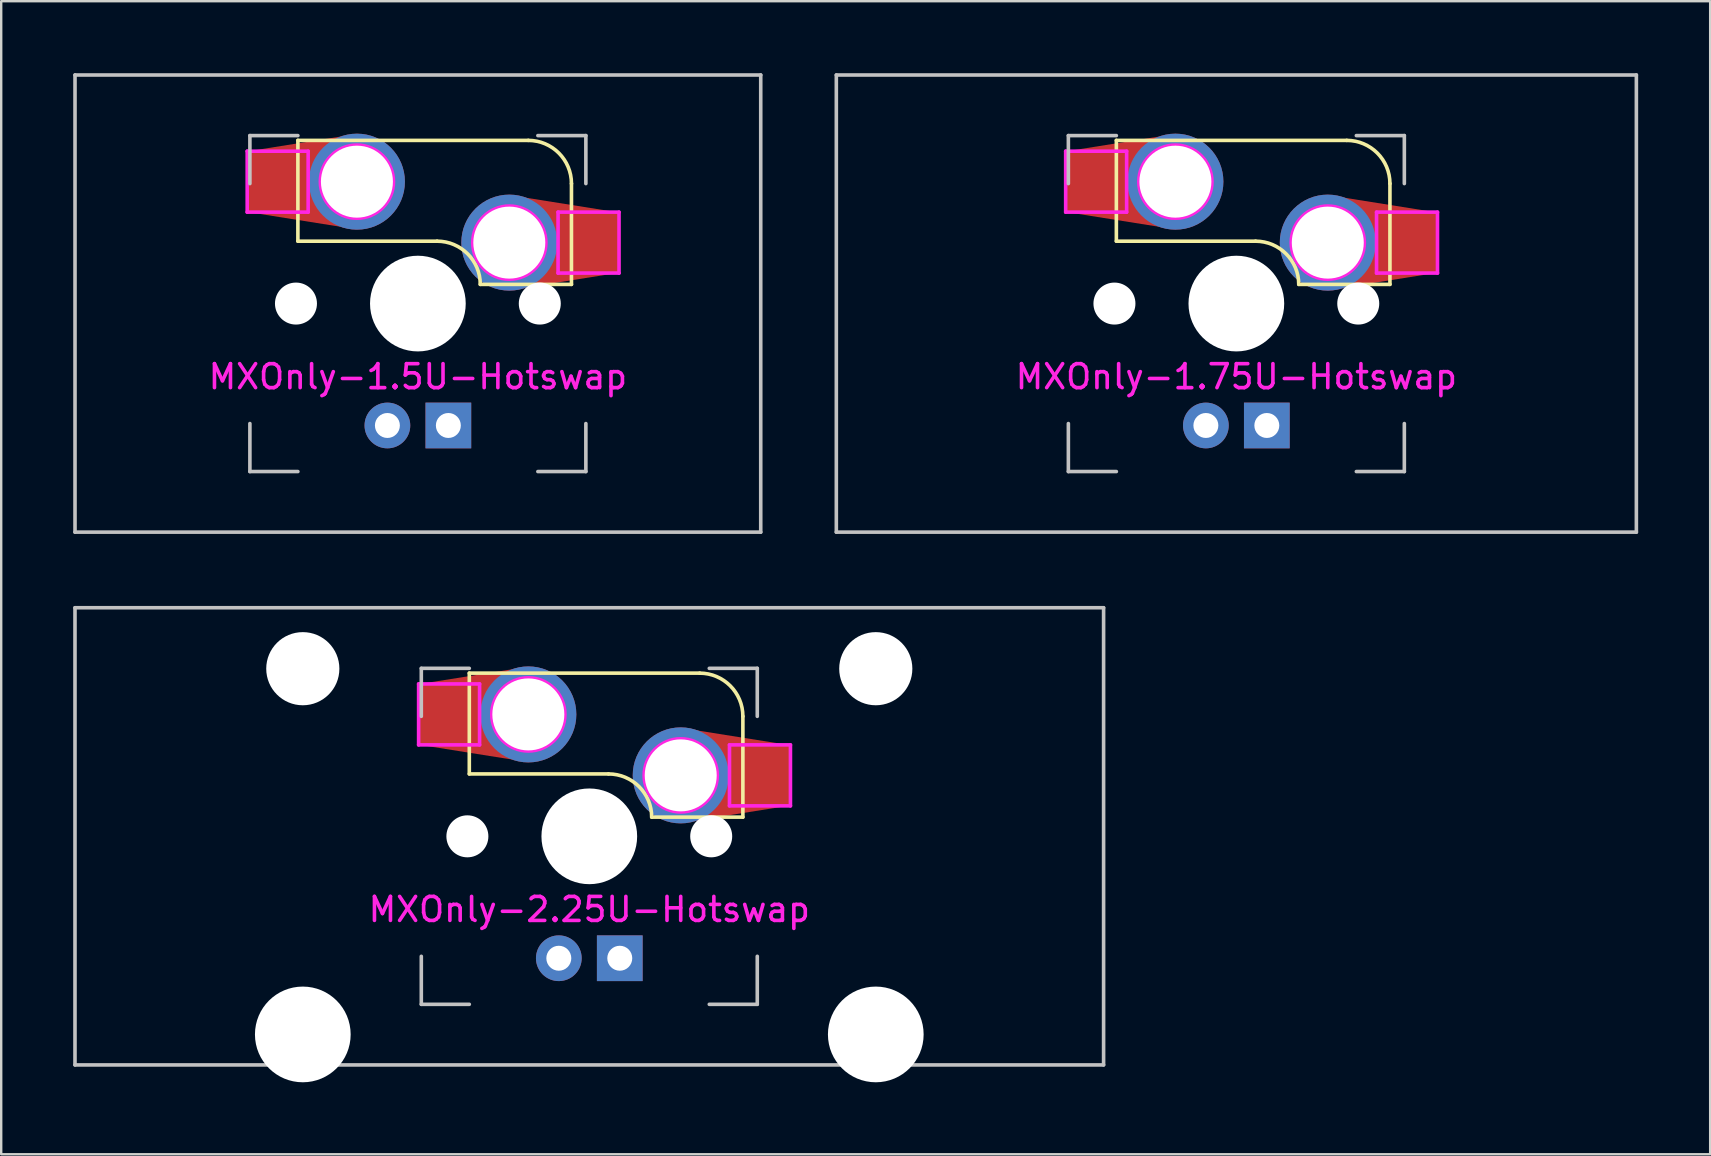
<source format=kicad_pcb>
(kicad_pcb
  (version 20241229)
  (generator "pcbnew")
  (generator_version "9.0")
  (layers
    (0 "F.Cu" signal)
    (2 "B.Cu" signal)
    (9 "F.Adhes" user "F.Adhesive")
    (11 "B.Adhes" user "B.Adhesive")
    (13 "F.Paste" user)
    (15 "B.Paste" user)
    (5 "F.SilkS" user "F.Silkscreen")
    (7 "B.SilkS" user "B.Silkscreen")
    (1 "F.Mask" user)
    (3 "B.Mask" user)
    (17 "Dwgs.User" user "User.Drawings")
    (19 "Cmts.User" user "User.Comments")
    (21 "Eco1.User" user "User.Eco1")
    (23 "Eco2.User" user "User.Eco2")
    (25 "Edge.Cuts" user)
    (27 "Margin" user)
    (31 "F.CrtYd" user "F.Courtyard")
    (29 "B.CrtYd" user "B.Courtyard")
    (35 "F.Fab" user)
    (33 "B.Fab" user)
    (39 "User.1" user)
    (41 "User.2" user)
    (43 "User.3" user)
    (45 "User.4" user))
  (footprint "MXOnly-1.75U-Hotswap"
    (layer "F.Cu")
    (at 48.469 9.6)
    (property "Reference" "MXOnly-1.75U-Hotswap" (at 0 3.048 180) (layer "F.CrtYd") (effects (font (size 1 1) (thickness 0.15))))
    (attr smd)
    (fp_line (start -5 -6.8) (end 4.6 -6.8) (stroke (width 0.15) (type solid)) (layer "F.SilkS"))
    (fp_line (start -5 -2.6) (end -5 -6.8) (stroke (width 0.15) (type solid)) (layer "F.SilkS"))
    (fp_line (start 0.8 -2.6) (end -5 -2.6) (stroke (width 0.15) (type solid)) (layer "F.SilkS"))
    (fp_line (start 6.4 -5) (end 6.4 -0.8) (stroke (width 0.15) (type solid)) (layer "F.SilkS"))
    (fp_line (start 6.4 -0.8) (end 2.6 -0.8) (stroke (width 0.15) (type solid)) (layer "F.SilkS"))
    (fp_arc (start 0.8 -2.6) (mid 2.072792 -2.072792) (end 2.6 -0.8) (stroke (width 0.15) (type solid)) (layer "F.SilkS"))
    (fp_arc (start 4.6 -6.8) (mid 5.872792 -6.272792) (end 6.4 -5) (stroke (width 0.15) (type solid)) (layer "F.SilkS"))
    (fp_poly (pts (xy -5.08 -3.493) (xy -7.112 -3.81) (xy -7.112 -6.35) (xy -5.08 -6.668)) (stroke (width 0.1) (type solid)) (fill yes) (layer "F.Paste"))
    (fp_poly (pts (xy 6.477 -4.064) (xy 8.509 -3.747) (xy 8.509 -1.206) (xy 6.477 -0.889)) (stroke (width 0.1) (type solid)) (fill yes) (layer "F.Paste"))
    (fp_line (start -16.669 -9.525) (end -16.669 9.525) (stroke (width 0.15) (type solid)) (layer "Dwgs.User"))
    (fp_line (start -16.669 9.525) (end 16.669 9.525) (stroke (width 0.15) (type solid)) (layer "Dwgs.User"))
    (fp_line (start -7 -7) (end -7 -5) (stroke (width 0.15) (type solid)) (layer "Dwgs.User"))
    (fp_line (start -7 7) (end -7 5) (stroke (width 0.15) (type solid)) (layer "Dwgs.User"))
    (fp_line (start -5 -7) (end -7 -7) (stroke (width 0.15) (type solid)) (layer "Dwgs.User"))
    (fp_line (start -5 7) (end -7 7) (stroke (width 0.15) (type solid)) (layer "Dwgs.User"))
    (fp_line (start 5 -7) (end 7 -7) (stroke (width 0.15) (type solid)) (layer "Dwgs.User"))
    (fp_line (start 7 -7) (end 7 -5) (stroke (width 0.15) (type solid)) (layer "Dwgs.User"))
    (fp_line (start 7 5) (end 7 7) (stroke (width 0.15) (type solid)) (layer "Dwgs.User"))
    (fp_line (start 7 7) (end 5 7) (stroke (width 0.15) (type solid)) (layer "Dwgs.User"))
    (fp_line (start 16.669 -9.525) (end -16.669 -9.525) (stroke (width 0.15) (type solid)) (layer "Dwgs.User"))
    (fp_line (start 16.669 9.525) (end 16.669 -9.525) (stroke (width 0.15) (type solid)) (layer "Dwgs.User"))
    (fp_line (start -7.112 -6.35) (end -7.112 -3.81) (stroke (width 0.15) (type solid)) (layer "F.CrtYd"))
    (fp_line (start -7.112 -3.81) (end -4.572 -3.81) (stroke (width 0.15) (type solid)) (layer "F.CrtYd"))
    (fp_line (start -4.572 -6.35) (end -7.112 -6.35) (stroke (width 0.15) (type solid)) (layer "F.CrtYd"))
    (fp_line (start -4.572 -3.81) (end -4.572 -6.35) (stroke (width 0.15) (type solid)) (layer "F.CrtYd"))
    (fp_line (start 5.842 -3.81) (end 5.842 -1.27) (stroke (width 0.15) (type solid)) (layer "F.CrtYd"))
    (fp_line (start 5.842 -1.27) (end 8.382 -1.27) (stroke (width 0.15) (type solid)) (layer "F.CrtYd"))
    (fp_line (start 8.382 -3.81) (end 5.842 -3.81) (stroke (width 0.15) (type solid)) (layer "F.CrtYd"))
    (fp_line (start 8.382 -1.27) (end 8.382 -3.81) (stroke (width 0.15) (type solid)) (layer "F.CrtYd"))
    (fp_circle (center -2.54 -5.08) (end -2.54 -6.604) (stroke (width 0.15) (type solid)) (fill no) (layer "F.CrtYd"))
    (fp_circle (center 3.81 -2.54) (end 3.81 -4.064) (stroke (width 0.15) (type solid)) (fill no) (layer "F.CrtYd"))
    (pad "" np_thru_hole circle (at -5.08 0 131.9) (size 1.75 1.75) (drill 1.75) (layers "*.Cu" "*.Mask"))
    (pad "" np_thru_hole circle (at 0 0 180) (size 3.988 3.988) (drill 3.988) (layers "*.Cu" "*.Mask"))
    (pad "" np_thru_hole circle (at 5.08 0 131.9) (size 1.75 1.75) (drill 1.75) (layers "*.Cu" "*.Mask"))
    (pad "1" thru_hole circle (at 3.81 -2.54 180) (size 4 4) (drill 3) (layers "*.Cu" "F.Mask"))
    (pad "1" smd custom (at 7.085 -2.54 180) (size 2.55 2.5) (layers "F.Cu" "F.Mask") (options (anchor rect)) (primitives (gr_poly (pts (xy -1.195 1.219) (xy 3.275 1.93) (xy 3.275 -1.93) (xy -1.195 -1.219)) (width 0.1) (fill yes))))
    (pad "2" smd custom (at -5.841 -5.08 180) (size 2.55 2.5) (layers "F.Cu" "F.Mask") (options (anchor rect)) (primitives (gr_poly (pts (xy 1.219 -1.219) (xy -3.251 -1.93) (xy -3.251 1.93) (xy 1.219 1.219)) (width 0.1) (fill yes))))
    (pad "2" thru_hole circle (at -2.54 -5.08 180) (size 4 4) (drill 3) (layers "*.Cu" "F.Mask"))
    (pad "3" thru_hole circle (at -1.27 5.08) (size 1.905 1.905) (drill 1.04) (layers "*.Cu" "F.Mask"))
    (pad "4" thru_hole rect (at 1.27 5.08) (size 1.905 1.905) (drill 1.04) (layers "*.Cu" "F.Mask")))
  (footprint "MXOnly-2.25U-Hotswap"
    (layer "F.Cu")
    (at 21.506 31.8)
    (property "Reference" "MXOnly-2.25U-Hotswap" (at 0 3.048 180) (layer "F.CrtYd") (effects (font (size 1 1) (thickness 0.15))))
    (attr smd)
    (fp_line (start -5 -6.8) (end 4.6 -6.8) (stroke (width 0.15) (type solid)) (layer "F.SilkS"))
    (fp_line (start -5 -2.6) (end -5 -6.8) (stroke (width 0.15) (type solid)) (layer "F.SilkS"))
    (fp_line (start 0.8 -2.6) (end -5 -2.6) (stroke (width 0.15) (type solid)) (layer "F.SilkS"))
    (fp_line (start 6.4 -5) (end 6.4 -0.8) (stroke (width 0.15) (type solid)) (layer "F.SilkS"))
    (fp_line (start 6.4 -0.8) (end 2.6 -0.8) (stroke (width 0.15) (type solid)) (layer "F.SilkS"))
    (fp_arc (start 0.8 -2.6) (mid 2.072792 -2.072792) (end 2.6 -0.8) (stroke (width 0.15) (type solid)) (layer "F.SilkS"))
    (fp_arc (start 4.6 -6.8) (mid 5.872792 -6.272792) (end 6.4 -5) (stroke (width 0.15) (type solid)) (layer "F.SilkS"))
    (fp_poly (pts (xy -5.08 -3.493) (xy -7.112 -3.81) (xy -7.112 -6.35) (xy -5.08 -6.668)) (stroke (width 0.1) (type solid)) (fill yes) (layer "F.Paste"))
    (fp_poly (pts (xy 6.477 -4.064) (xy 8.509 -3.747) (xy 8.509 -1.206) (xy 6.477 -0.889)) (stroke (width 0.1) (type solid)) (fill yes) (layer "F.Paste"))
    (fp_line (start -21.431 -9.525) (end 21.431 -9.525) (stroke (width 0.15) (type solid)) (layer "Dwgs.User"))
    (fp_line (start -21.431 9.525) (end -21.431 -9.525) (stroke (width 0.15) (type solid)) (layer "Dwgs.User"))
    (fp_line (start -7 -7) (end -7 -5) (stroke (width 0.15) (type solid)) (layer "Dwgs.User"))
    (fp_line (start -7 7) (end -7 5) (stroke (width 0.15) (type solid)) (layer "Dwgs.User"))
    (fp_line (start -5 -7) (end -7 -7) (stroke (width 0.15) (type solid)) (layer "Dwgs.User"))
    (fp_line (start -5 7) (end -7 7) (stroke (width 0.15) (type solid)) (layer "Dwgs.User"))
    (fp_line (start 5 -7) (end 7 -7) (stroke (width 0.15) (type solid)) (layer "Dwgs.User"))
    (fp_line (start 7 -7) (end 7 -5) (stroke (width 0.15) (type solid)) (layer "Dwgs.User"))
    (fp_line (start 7 5) (end 7 7) (stroke (width 0.15) (type solid)) (layer "Dwgs.User"))
    (fp_line (start 7 7) (end 5 7) (stroke (width 0.15) (type solid)) (layer "Dwgs.User"))
    (fp_line (start 21.431 -9.525) (end 21.431 9.525) (stroke (width 0.15) (type solid)) (layer "Dwgs.User"))
    (fp_line (start 21.431 9.525) (end -21.431 9.525) (stroke (width 0.15) (type solid)) (layer "Dwgs.User"))
    (fp_line (start -7.112 -6.35) (end -7.112 -3.81) (stroke (width 0.15) (type solid)) (layer "F.CrtYd"))
    (fp_line (start -7.112 -3.81) (end -4.572 -3.81) (stroke (width 0.15) (type solid)) (layer "F.CrtYd"))
    (fp_line (start -4.572 -6.35) (end -7.112 -6.35) (stroke (width 0.15) (type solid)) (layer "F.CrtYd"))
    (fp_line (start -4.572 -3.81) (end -4.572 -6.35) (stroke (width 0.15) (type solid)) (layer "F.CrtYd"))
    (fp_line (start 5.842 -3.81) (end 5.842 -1.27) (stroke (width 0.15) (type solid)) (layer "F.CrtYd"))
    (fp_line (start 5.842 -1.27) (end 8.382 -1.27) (stroke (width 0.15) (type solid)) (layer "F.CrtYd"))
    (fp_line (start 8.382 -3.81) (end 5.842 -3.81) (stroke (width 0.15) (type solid)) (layer "F.CrtYd"))
    (fp_line (start 8.382 -1.27) (end 8.382 -3.81) (stroke (width 0.15) (type solid)) (layer "F.CrtYd"))
    (fp_circle (center -2.54 -5.08) (end -2.54 -6.604) (stroke (width 0.15) (type solid)) (fill no) (layer "F.CrtYd"))
    (fp_circle (center 3.81 -2.54) (end 3.81 -4.064) (stroke (width 0.15) (type solid)) (fill no) (layer "F.CrtYd"))
    (pad "" np_thru_hole circle (at -11.938 -6.985) (size 3.048 3.048) (drill 3.048) (layers "*.Cu" "*.Mask"))
    (pad "" np_thru_hole circle (at -11.938 8.255) (size 3.988 3.988) (drill 3.988) (layers "*.Cu" "*.Mask"))
    (pad "" np_thru_hole circle (at -5.08 0 131.9) (size 1.75 1.75) (drill 1.75) (layers "*.Cu" "*.Mask"))
    (pad "" np_thru_hole circle (at 0 0 180) (size 3.988 3.988) (drill 3.988) (layers "*.Cu" "*.Mask"))
    (pad "" np_thru_hole circle (at 5.08 0 131.9) (size 1.75 1.75) (drill 1.75) (layers "*.Cu" "*.Mask"))
    (pad "" np_thru_hole circle (at 11.938 -6.985) (size 3.048 3.048) (drill 3.048) (layers "*.Cu" "*.Mask"))
    (pad "" np_thru_hole circle (at 11.938 8.255) (size 3.988 3.988) (drill 3.988) (layers "*.Cu" "*.Mask"))
    (pad "1" thru_hole circle (at 3.81 -2.54 180) (size 4 4) (drill 3) (layers "*.Cu" "F.Mask"))
    (pad "1" smd custom (at 7.085 -2.54 180) (size 2.55 2.5) (layers "F.Cu" "F.Mask") (options (anchor rect)) (primitives (gr_poly (pts (xy -1.195 1.219) (xy 3.275 1.93) (xy 3.275 -1.93) (xy -1.195 -1.219)) (width 0.1) (fill yes))))
    (pad "2" smd custom (at -5.841 -5.08 180) (size 2.55 2.5) (layers "F.Cu" "F.Mask") (options (anchor rect)) (primitives (gr_poly (pts (xy 1.219 -1.219) (xy -3.251 -1.93) (xy -3.251 1.93) (xy 1.219 1.219)) (width 0.1) (fill yes))))
    (pad "2" thru_hole circle (at -2.54 -5.08 180) (size 4 4) (drill 3) (layers "*.Cu" "F.Mask"))
    (pad "3" thru_hole circle (at -1.27 5.08) (size 1.905 1.905) (drill 1.04) (layers "*.Cu" "F.Mask"))
    (pad "4" thru_hole rect (at 1.27 5.08) (size 1.905 1.905) (drill 1.04) (layers "*.Cu" "F.Mask")))
  (footprint "MXOnly-1.5U-Hotswap"
    (layer "F.Cu")
    (at 14.363 9.6)
    (property "Reference" "MXOnly-1.5U-Hotswap" (at 0 3.048 180) (layer "F.CrtYd") (effects (font (size 1 1) (thickness 0.15))))
    (attr smd)
    (fp_line (start -5 -6.8) (end 4.6 -6.8) (stroke (width 0.15) (type solid)) (layer "F.SilkS"))
    (fp_line (start -5 -2.6) (end -5 -6.8) (stroke (width 0.15) (type solid)) (layer "F.SilkS"))
    (fp_line (start 0.8 -2.6) (end -5 -2.6) (stroke (width 0.15) (type solid)) (layer "F.SilkS"))
    (fp_line (start 6.4 -5) (end 6.4 -0.8) (stroke (width 0.15) (type solid)) (layer "F.SilkS"))
    (fp_line (start 6.4 -0.8) (end 2.6 -0.8) (stroke (width 0.15) (type solid)) (layer "F.SilkS"))
    (fp_arc (start 0.8 -2.6) (mid 2.072792 -2.072792) (end 2.6 -0.8) (stroke (width 0.15) (type solid)) (layer "F.SilkS"))
    (fp_arc (start 4.6 -6.8) (mid 5.872792 -6.272792) (end 6.4 -5) (stroke (width 0.15) (type solid)) (layer "F.SilkS"))
    (fp_poly (pts (xy -5.08 -3.493) (xy -7.112 -3.81) (xy -7.112 -6.35) (xy -5.08 -6.668)) (stroke (width 0.1) (type solid)) (fill yes) (layer "F.Paste"))
    (fp_poly (pts (xy 6.477 -4.064) (xy 8.509 -3.747) (xy 8.509 -1.206) (xy 6.477 -0.889)) (stroke (width 0.1) (type solid)) (fill yes) (layer "F.Paste"))
    (fp_line (start -14.287 -9.525) (end -14.287 9.525) (stroke (width 0.15) (type solid)) (layer "Dwgs.User"))
    (fp_line (start -14.287 9.525) (end 14.287 9.525) (stroke (width 0.15) (type solid)) (layer "Dwgs.User"))
    (fp_line (start -7 -7) (end -7 -5) (stroke (width 0.15) (type solid)) (layer "Dwgs.User"))
    (fp_line (start -7 7) (end -7 5) (stroke (width 0.15) (type solid)) (layer "Dwgs.User"))
    (fp_line (start -5 -7) (end -7 -7) (stroke (width 0.15) (type solid)) (layer "Dwgs.User"))
    (fp_line (start -5 7) (end -7 7) (stroke (width 0.15) (type solid)) (layer "Dwgs.User"))
    (fp_line (start 5 -7) (end 7 -7) (stroke (width 0.15) (type solid)) (layer "Dwgs.User"))
    (fp_line (start 7 -7) (end 7 -5) (stroke (width 0.15) (type solid)) (layer "Dwgs.User"))
    (fp_line (start 7 5) (end 7 7) (stroke (width 0.15) (type solid)) (layer "Dwgs.User"))
    (fp_line (start 7 7) (end 5 7) (stroke (width 0.15) (type solid)) (layer "Dwgs.User"))
    (fp_line (start 14.287 -9.525) (end -14.287 -9.525) (stroke (width 0.15) (type solid)) (layer "Dwgs.User"))
    (fp_line (start 14.287 9.525) (end 14.287 -9.525) (stroke (width 0.15) (type solid)) (layer "Dwgs.User"))
    (fp_line (start -7.112 -6.35) (end -7.112 -3.81) (stroke (width 0.15) (type solid)) (layer "F.CrtYd"))
    (fp_line (start -7.112 -3.81) (end -4.572 -3.81) (stroke (width 0.15) (type solid)) (layer "F.CrtYd"))
    (fp_line (start -4.572 -6.35) (end -7.112 -6.35) (stroke (width 0.15) (type solid)) (layer "F.CrtYd"))
    (fp_line (start -4.572 -3.81) (end -4.572 -6.35) (stroke (width 0.15) (type solid)) (layer "F.CrtYd"))
    (fp_line (start 5.842 -3.81) (end 5.842 -1.27) (stroke (width 0.15) (type solid)) (layer "F.CrtYd"))
    (fp_line (start 5.842 -1.27) (end 8.382 -1.27) (stroke (width 0.15) (type solid)) (layer "F.CrtYd"))
    (fp_line (start 8.382 -3.81) (end 5.842 -3.81) (stroke (width 0.15) (type solid)) (layer "F.CrtYd"))
    (fp_line (start 8.382 -1.27) (end 8.382 -3.81) (stroke (width 0.15) (type solid)) (layer "F.CrtYd"))
    (fp_circle (center -2.54 -5.08) (end -2.54 -6.604) (stroke (width 0.15) (type solid)) (fill no) (layer "F.CrtYd"))
    (fp_circle (center 3.81 -2.54) (end 3.81 -4.064) (stroke (width 0.15) (type solid)) (fill no) (layer "F.CrtYd"))
    (pad "" np_thru_hole circle (at -5.08 0 131.9) (size 1.75 1.75) (drill 1.75) (layers "*.Cu" "*.Mask"))
    (pad "" np_thru_hole circle (at 0 0 180) (size 3.988 3.988) (drill 3.988) (layers "*.Cu" "*.Mask"))
    (pad "" np_thru_hole circle (at 5.08 0 131.9) (size 1.75 1.75) (drill 1.75) (layers "*.Cu" "*.Mask"))
    (pad "1" thru_hole circle (at 3.81 -2.54 180) (size 4 4) (drill 3) (layers "*.Cu" "F.Mask"))
    (pad "1" smd custom (at 7.085 -2.54 180) (size 2.55 2.5) (layers "F.Cu" "F.Mask") (options (anchor rect)) (primitives (gr_poly (pts (xy -1.195 1.219) (xy 3.275 1.93) (xy 3.275 -1.93) (xy -1.195 -1.219)) (width 0.1) (fill yes))))
    (pad "2" smd custom (at -5.841 -5.08 180) (size 2.55 2.5) (layers "F.Cu" "F.Mask") (options (anchor rect)) (primitives (gr_poly (pts (xy 1.219 -1.219) (xy -3.251 -1.93) (xy -3.251 1.93) (xy 1.219 1.219)) (width 0.1) (fill yes))))
    (pad "2" thru_hole circle (at -2.54 -5.08 180) (size 4 4) (drill 3) (layers "*.Cu" "F.Mask"))
    (pad "3" thru_hole circle (at -1.27 5.08) (size 1.905 1.905) (drill 1.04) (layers "*.Cu" "F.Mask"))
    (pad "4" thru_hole rect (at 1.27 5.08) (size 1.905 1.905) (drill 1.04) (layers "*.Cu" "F.Mask")))
  (gr_rect
    (start -3 -3)
    (end 68.213 45.049)
    (stroke (width 0.1) (type default))
    (fill no)
    (layer "Edge.Cuts")))
</source>
